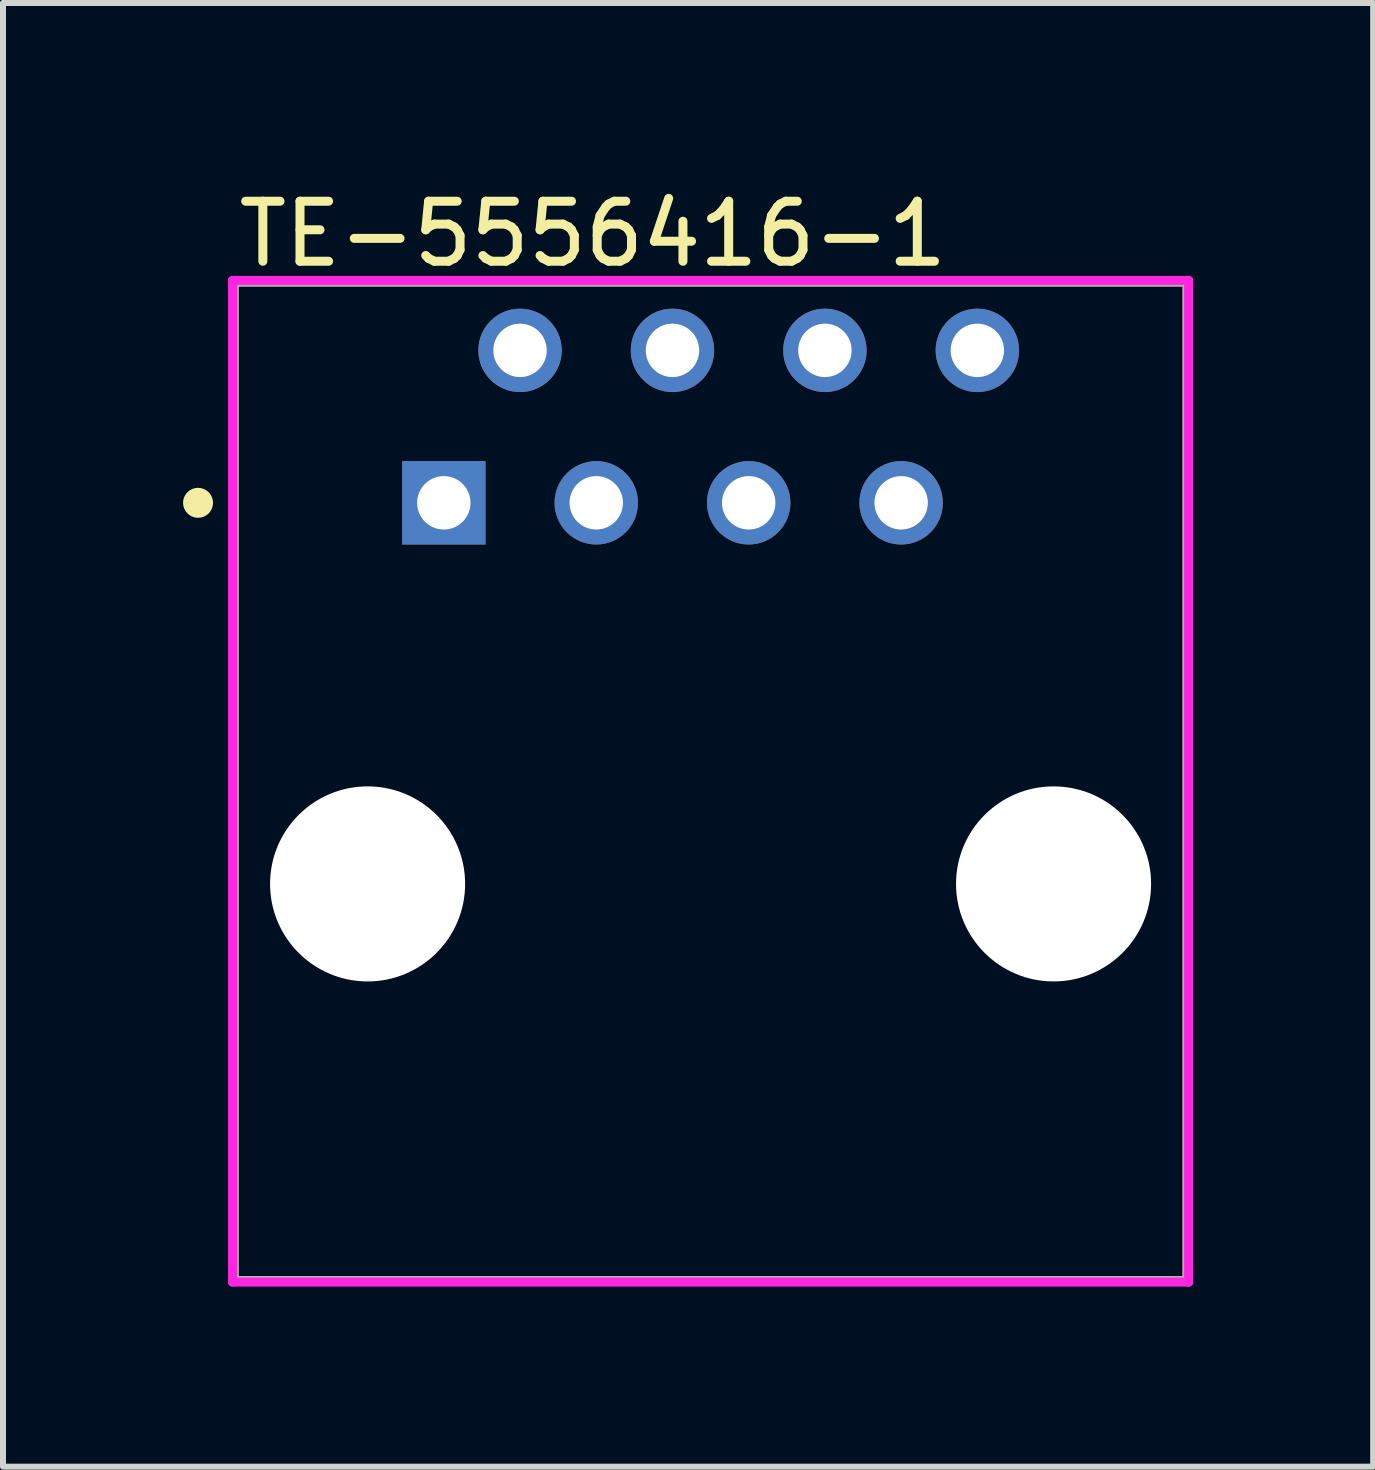
<source format=kicad_pcb>
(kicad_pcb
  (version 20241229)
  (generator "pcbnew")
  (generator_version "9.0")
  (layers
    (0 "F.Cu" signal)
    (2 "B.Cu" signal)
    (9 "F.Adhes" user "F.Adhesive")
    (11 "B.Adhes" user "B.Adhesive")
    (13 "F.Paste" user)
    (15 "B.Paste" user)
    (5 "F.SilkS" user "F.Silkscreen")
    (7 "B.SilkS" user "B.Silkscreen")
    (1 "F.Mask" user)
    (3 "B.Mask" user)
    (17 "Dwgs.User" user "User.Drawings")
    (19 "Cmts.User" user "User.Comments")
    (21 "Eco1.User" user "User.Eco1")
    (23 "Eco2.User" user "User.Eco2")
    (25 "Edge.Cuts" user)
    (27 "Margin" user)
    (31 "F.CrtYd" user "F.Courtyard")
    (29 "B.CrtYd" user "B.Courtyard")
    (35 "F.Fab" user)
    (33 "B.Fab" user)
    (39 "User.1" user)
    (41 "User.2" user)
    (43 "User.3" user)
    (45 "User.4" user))
  (footprint "TE-5556416-1"
    (layer "F.Cu")
    (at 8.79 9.968)
    (property "Reference" "TE-5556416-1" (at -7.94 -9.12 0) (layer "F.SilkS") (effects (font (size 1 1) (thickness 0.15)) (justify left)))
    (attr through_hole)
    (fp_line (start -7.94 -8.32) (end 7.94 -8.32) (stroke (width 0.15) (type solid)) (layer "F.SilkS"))
    (fp_line (start -7.94 8.32) (end -7.94 -8.32) (stroke (width 0.15) (type solid)) (layer "F.SilkS"))
    (fp_line (start -7.94 8.32) (end 7.94 8.32) (stroke (width 0.15) (type solid)) (layer "F.SilkS"))
    (fp_line (start 7.94 8.32) (end 7.94 -8.32) (stroke (width 0.15) (type solid)) (layer "F.SilkS"))
    (fp_circle (center -8.54 -4.64) (end -8.415 -4.64) (stroke (width 0.25) (type solid)) (fill no) (layer "F.SilkS"))
    (fp_line (start -7.965 -8.345) (end -7.965 8.345) (stroke (width 0.15) (type solid)) (layer "F.CrtYd"))
    (fp_line (start -7.965 8.345) (end 7.965 8.345) (stroke (width 0.15) (type solid)) (layer "F.CrtYd"))
    (fp_line (start 7.965 -8.345) (end -7.965 -8.345) (stroke (width 0.15) (type solid)) (layer "F.CrtYd"))
    (fp_line (start 7.965 -8.345) (end 7.965 -8.345) (stroke (width 0.15) (type solid)) (layer "F.CrtYd"))
    (fp_line (start 7.965 8.345) (end 7.965 -8.345) (stroke (width 0.15) (type solid)) (layer "F.CrtYd"))
    (fp_line (start -7.94 -8.32) (end 7.94 -8.32) (stroke (width 0.15) (type solid)) (layer "F.Fab"))
    (fp_line (start -7.94 8.32) (end -7.94 -8.32) (stroke (width 0.15) (type solid)) (layer "F.Fab"))
    (fp_line (start 7.94 -8.32) (end 7.94 8.32) (stroke (width 0.15) (type solid)) (layer "F.Fab"))
    (fp_line (start 7.94 8.32) (end -7.94 8.32) (stroke (width 0.15) (type solid)) (layer "F.Fab"))
    (pad "" np_thru_hole circle (at -5.715 1.71) (size 3.25 3.25) (drill 3.25) (layers "*.Cu" "*.Mask"))
    (pad "" np_thru_hole circle (at 5.715 1.71) (size 3.25 3.25) (drill 3.25) (layers "*.Cu" "*.Mask"))
    (pad "1" thru_hole rect (at -4.445 -4.64) (size 1.39 1.39) (drill 0.89) (layers "*.Cu"))
    (pad "2" thru_hole circle (at -3.175 -7.18) (size 1.39 1.39) (drill 0.89) (layers "*.Cu"))
    (pad "3" thru_hole circle (at -1.905 -4.64) (size 1.39 1.39) (drill 0.89) (layers "*.Cu"))
    (pad "4" thru_hole circle (at -0.635 -7.18) (size 1.39 1.39) (drill 0.89) (layers "*.Cu"))
    (pad "5" thru_hole circle (at 0.635 -4.64) (size 1.39 1.39) (drill 0.89) (layers "*.Cu"))
    (pad "6" thru_hole circle (at 1.905 -7.18) (size 1.39 1.39) (drill 0.89) (layers "*.Cu"))
    (pad "7" thru_hole circle (at 3.175 -4.64) (size 1.39 1.39) (drill 0.89) (layers "*.Cu"))
    (pad "8" thru_hole circle (at 4.445 -7.18) (size 1.39 1.39) (drill 0.89) (layers "*.Cu")))
  (gr_rect
    (start -3 -3)
    (end 19.83 21.388)
    (stroke (width 0.1) (type default))
    (fill no)
    (layer "Edge.Cuts")))
</source>
